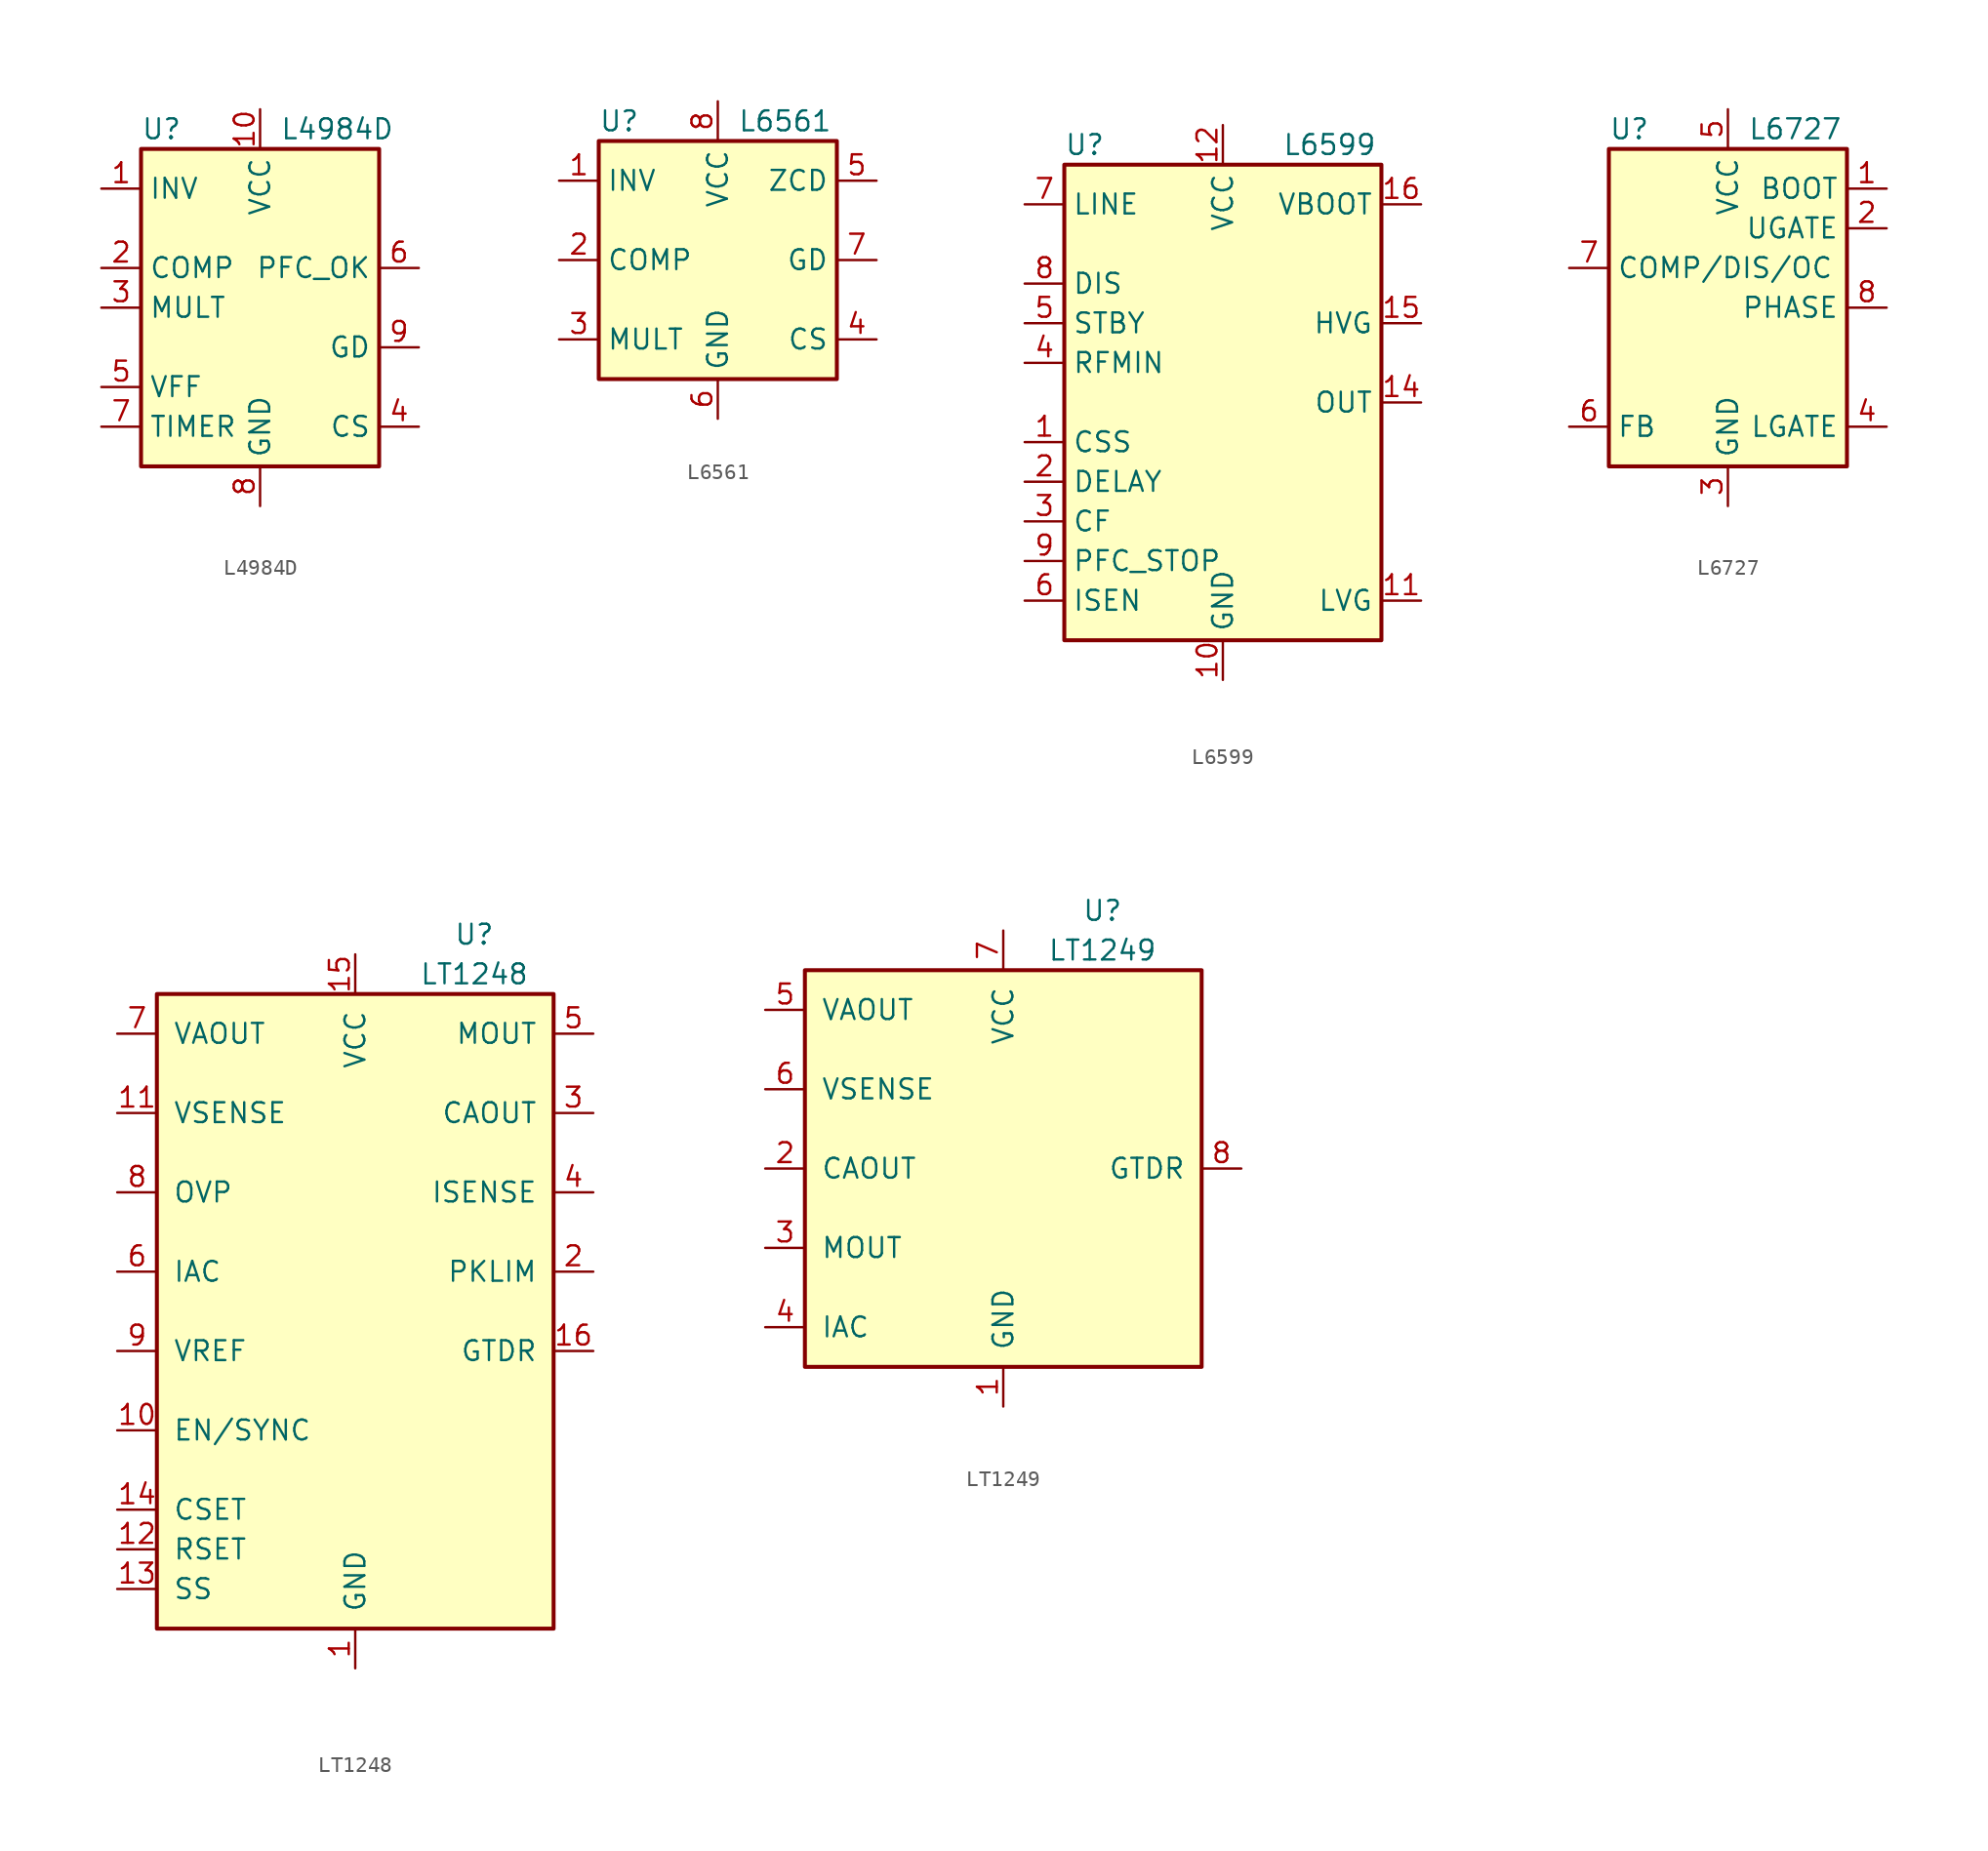
<source format=kicad_sym>
(kicad_symbol_lib
  (version 20201005)
  (generator kicad_symbol_editor)
  (symbol "L4984D"
    (property "Reference" "U"
      (at -7.62 11.43 0)
      (effects (font (size 1.27 1.27)) (justify left)))
    (property "Value" "L4984D"
      (at 1.27 11.43 0)
      (effects (font (size 1.27 1.27)) (justify left)))
    (symbol "L4984D_0_0"
      (rectangle (start -7.62 10.16) (end 7.62 -10.16) (stroke (width 0.254)) (fill (type background))))
    (symbol "L4984D_1_1"
      (pin input line (at -10.16 7.62 0) (length 2.54) (name "INV" (effects (font (size 1.27 1.27)))) (number "1" (effects (font (size 1.27 1.27)))))
      (pin power_in line (at 0 12.7 270) (length 2.54) (name "VCC" (effects (font (size 1.27 1.27)))) (number "10" (effects (font (size 1.27 1.27)))))
      (pin output line (at -10.16 2.54 0) (length 2.54) (name "COMP" (effects (font (size 1.27 1.27)))) (number "2" (effects (font (size 1.27 1.27)))))
      (pin input line (at -10.16 0 0) (length 2.54) (name "MULT" (effects (font (size 1.27 1.27)))) (number "3" (effects (font (size 1.27 1.27)))))
      (pin input line (at 10.16 -7.62 180) (length 2.54) (name "CS" (effects (font (size 1.27 1.27)))) (number "4" (effects (font (size 1.27 1.27)))))
      (pin passive line (at -10.16 -5.08 0) (length 2.54) (name "VFF" (effects (font (size 1.27 1.27)))) (number "5" (effects (font (size 1.27 1.27)))))
      (pin input line (at 10.16 2.54 180) (length 2.54) (name "PFC_OK" (effects (font (size 1.27 1.27)))) (number "6" (effects (font (size 1.27 1.27)))))
      (pin passive line (at -10.16 -7.62 0) (length 2.54) (name "TIMER" (effects (font (size 1.27 1.27)))) (number "7" (effects (font (size 1.27 1.27)))))
      (pin power_in line (at 0 -12.7 90) (length 2.54) (name "GND" (effects (font (size 1.27 1.27)))) (number "8" (effects (font (size 1.27 1.27)))))
      (pin output line (at 10.16 -2.54 180) (length 2.54) (name "GD" (effects (font (size 1.27 1.27)))) (number "9" (effects (font (size 1.27 1.27)))))))
  (symbol "L6561"
    (property "Reference" "U"
      (at -7.62 8.89 0)
      (effects (font (size 1.27 1.27)) (justify left)))
    (property "Value" "L6561"
      (at 1.27 8.89 0)
      (effects (font (size 1.27 1.27)) (justify left)))
    (symbol "L6561_0_0"
      (rectangle (start -7.62 7.62) (end 7.62 -7.62) (stroke (width 0.254)) (fill (type background))))
    (symbol "L6561_1_1"
      (pin input line (at -10.16 5.08 0) (length 2.54) (name "INV" (effects (font (size 1.27 1.27)))) (number "1" (effects (font (size 1.27 1.27)))))
      (pin output line (at -10.16 0 0) (length 2.54) (name "COMP" (effects (font (size 1.27 1.27)))) (number "2" (effects (font (size 1.27 1.27)))))
      (pin input line (at -10.16 -5.08 0) (length 2.54) (name "MULT" (effects (font (size 1.27 1.27)))) (number "3" (effects (font (size 1.27 1.27)))))
      (pin input line (at 10.16 -5.08 180) (length 2.54) (name "CS" (effects (font (size 1.27 1.27)))) (number "4" (effects (font (size 1.27 1.27)))))
      (pin input line (at 10.16 5.08 180) (length 2.54) (name "ZCD" (effects (font (size 1.27 1.27)))) (number "5" (effects (font (size 1.27 1.27)))))
      (pin power_in line (at 0 -10.16 90) (length 2.54) (name "GND" (effects (font (size 1.27 1.27)))) (number "6" (effects (font (size 1.27 1.27)))))
      (pin output line (at 10.16 0 180) (length 2.54) (name "GD" (effects (font (size 1.27 1.27)))) (number "7" (effects (font (size 1.27 1.27)))))
      (pin power_in line (at 0 10.16 270) (length 2.54) (name "VCC" (effects (font (size 1.27 1.27)))) (number "8" (effects (font (size 1.27 1.27)))))))
  (symbol "L6599"
    (property "Reference" "U"
      (at -10.16 16.51 0)
      (effects (font (size 1.27 1.27)) (justify left)))
    (property "Value" "L6599"
      (at 3.81 16.51 0)
      (effects (font (size 1.27 1.27)) (justify left)))
    (symbol "L6599_0_0"
      (rectangle (start -10.16 15.24) (end 10.16 -15.24) (stroke (width 0.254)) (fill (type background))))
    (symbol "L6599_1_1"
      (pin passive line (at -12.7 -2.54 0) (length 2.54) (name "CSS" (effects (font (size 1.27 1.27)))) (number "1" (effects (font (size 1.27 1.27)))))
      (pin power_in line (at 0 -17.78 90) (length 2.54) (name "GND" (effects (font (size 1.27 1.27)))) (number "10" (effects (font (size 1.27 1.27)))))
      (pin output line (at 12.7 -12.7 180) (length 2.54) (name "LVG" (effects (font (size 1.27 1.27)))) (number "11" (effects (font (size 1.27 1.27)))))
      (pin power_in line (at 0 17.78 270) (length 2.54) (name "VCC" (effects (font (size 1.27 1.27)))) (number "12" (effects (font (size 1.27 1.27)))))
      (pin no_connect line (at 10.16 10.16 180) (length 2.54) hide (name "NC" (effects (font (size 1.27 1.27)))) (number "13" (effects (font (size 1.27 1.27)))))
      (pin input line (at 12.7 0 180) (length 2.54) (name "OUT" (effects (font (size 1.27 1.27)))) (number "14" (effects (font (size 1.27 1.27)))))
      (pin output line (at 12.7 5.08 180) (length 2.54) (name "HVG" (effects (font (size 1.27 1.27)))) (number "15" (effects (font (size 1.27 1.27)))))
      (pin input line (at 12.7 12.7 180) (length 2.54) (name "VBOOT" (effects (font (size 1.27 1.27)))) (number "16" (effects (font (size 1.27 1.27)))))
      (pin passive line (at -12.7 -5.08 0) (length 2.54) (name "DELAY" (effects (font (size 1.27 1.27)))) (number "2" (effects (font (size 1.27 1.27)))))
      (pin passive line (at -12.7 -7.62 0) (length 2.54) (name "CF" (effects (font (size 1.27 1.27)))) (number "3" (effects (font (size 1.27 1.27)))))
      (pin passive line (at -12.7 2.54 0) (length 2.54) (name "RFMIN" (effects (font (size 1.27 1.27)))) (number "4" (effects (font (size 1.27 1.27)))))
      (pin input line (at -12.7 5.08 0) (length 2.54) (name "STBY" (effects (font (size 1.27 1.27)))) (number "5" (effects (font (size 1.27 1.27)))))
      (pin input line (at -12.7 -12.7 0) (length 2.54) (name "ISEN" (effects (font (size 1.27 1.27)))) (number "6" (effects (font (size 1.27 1.27)))))
      (pin input line (at -12.7 12.7 0) (length 2.54) (name "LINE" (effects (font (size 1.27 1.27)))) (number "7" (effects (font (size 1.27 1.27)))))
      (pin input line (at -12.7 7.62 0) (length 2.54) (name "DIS" (effects (font (size 1.27 1.27)))) (number "8" (effects (font (size 1.27 1.27)))))
      (pin open_collector line (at -12.7 -10.16 0) (length 2.54) (name "PFC_STOP" (effects (font (size 1.27 1.27)))) (number "9" (effects (font (size 1.27 1.27)))))))
  (symbol "L6727"
    (property "Reference" "U"
      (at -7.62 11.43 0)
      (effects (font (size 1.27 1.27)) (justify left)))
    (property "Value" "L6727"
      (at 1.27 11.43 0)
      (effects (font (size 1.27 1.27)) (justify left)))
    (symbol "L6727_0_0"
      (rectangle (start -7.62 10.16) (end 7.62 -10.16) (stroke (width 0.254)) (fill (type background))))
    (symbol "L6727_1_1"
      (pin input line (at 10.16 7.62 180) (length 2.54) (name "BOOT" (effects (font (size 1.27 1.27)))) (number "1" (effects (font (size 1.27 1.27)))))
      (pin output line (at 10.16 5.08 180) (length 2.54) (name "UGATE" (effects (font (size 1.27 1.27)))) (number "2" (effects (font (size 1.27 1.27)))))
      (pin power_in line (at 0 -12.7 90) (length 2.54) (name "GND" (effects (font (size 1.27 1.27)))) (number "3" (effects (font (size 1.27 1.27)))))
      (pin output line (at 10.16 -7.62 180) (length 2.54) (name "LGATE" (effects (font (size 1.27 1.27)))) (number "4" (effects (font (size 1.27 1.27)))))
      (pin power_in line (at 0 12.7 270) (length 2.54) (name "VCC" (effects (font (size 1.27 1.27)))) (number "5" (effects (font (size 1.27 1.27)))))
      (pin input line (at -10.16 -7.62 0) (length 2.54) (name "FB" (effects (font (size 1.27 1.27)))) (number "6" (effects (font (size 1.27 1.27)))))
      (pin input line (at -10.16 2.54 0) (length 2.54) (name "COMP/DIS/OC" (effects (font (size 1.27 1.27)))) (number "7" (effects (font (size 1.27 1.27)))))
      (pin passive line (at 10.16 0 180) (length 2.54) (name "PHASE" (effects (font (size 1.27 1.27)))) (number "8" (effects (font (size 1.27 1.27)))))))
  (symbol "LT1248"
    (pin_names
      (offset 1.016))
    (property "Reference" "U"
      (at 7.62 24.13 0)
      (effects (font (size 1.27 1.27))))
    (property "Value" "LT1248"
      (at 7.62 21.59 0)
      (effects (font (size 1.27 1.27))))
    (symbol "LT1248_0_1"
      (rectangle (start -12.7 20.32) (end 12.7 -20.32) (stroke (width 0.254)) (fill (type background))))
    (symbol "LT1248_1_1"
      (pin power_in line (at 0 -22.86 90) (length 2.54) (name "GND" (effects (font (size 1.27 1.27)))) (number "1" (effects (font (size 1.27 1.27)))))
      (pin input line (at -15.24 -7.62 0) (length 2.54) (name "EN/SYNC" (effects (font (size 1.27 1.27)))) (number "10" (effects (font (size 1.27 1.27)))))
      (pin input line (at -15.24 12.7 0) (length 2.54) (name "VSENSE" (effects (font (size 1.27 1.27)))) (number "11" (effects (font (size 1.27 1.27)))))
      (pin passive line (at -15.24 -15.24 0) (length 2.54) (name "RSET" (effects (font (size 1.27 1.27)))) (number "12" (effects (font (size 1.27 1.27)))))
      (pin passive line (at -15.24 -17.78 0) (length 2.54) (name "SS" (effects (font (size 1.27 1.27)))) (number "13" (effects (font (size 1.27 1.27)))))
      (pin passive line (at -15.24 -12.7 0) (length 2.54) (name "CSET" (effects (font (size 1.27 1.27)))) (number "14" (effects (font (size 1.27 1.27)))))
      (pin power_in line (at 0 22.86 270) (length 2.54) (name "VCC" (effects (font (size 1.27 1.27)))) (number "15" (effects (font (size 1.27 1.27)))))
      (pin output line (at 15.24 -2.54 180) (length 2.54) (name "GTDR" (effects (font (size 1.27 1.27)))) (number "16" (effects (font (size 1.27 1.27)))))
      (pin input line (at 15.24 2.54 180) (length 2.54) (name "PKLIM" (effects (font (size 1.27 1.27)))) (number "2" (effects (font (size 1.27 1.27)))))
      (pin output line (at 15.24 12.7 180) (length 2.54) (name "CAOUT" (effects (font (size 1.27 1.27)))) (number "3" (effects (font (size 1.27 1.27)))))
      (pin input line (at 15.24 7.62 180) (length 2.54) (name "ISENSE" (effects (font (size 1.27 1.27)))) (number "4" (effects (font (size 1.27 1.27)))))
      (pin input line (at 15.24 17.78 180) (length 2.54) (name "MOUT" (effects (font (size 1.27 1.27)))) (number "5" (effects (font (size 1.27 1.27)))))
      (pin input line (at -15.24 2.54 0) (length 2.54) (name "IAC" (effects (font (size 1.27 1.27)))) (number "6" (effects (font (size 1.27 1.27)))))
      (pin output line (at -15.24 17.78 0) (length 2.54) (name "VAOUT" (effects (font (size 1.27 1.27)))) (number "7" (effects (font (size 1.27 1.27)))))
      (pin input line (at -15.24 7.62 0) (length 2.54) (name "OVP" (effects (font (size 1.27 1.27)))) (number "8" (effects (font (size 1.27 1.27)))))
      (pin power_out line (at -15.24 -2.54 0) (length 2.54) (name "VREF" (effects (font (size 1.27 1.27)))) (number "9" (effects (font (size 1.27 1.27)))))))
  (symbol "LT1249"
    (pin_names
      (offset 1.016))
    (property "Reference" "U"
      (at 6.35 16.51 0)
      (effects (font (size 1.27 1.27))))
    (property "Value" "LT1249"
      (at 6.35 13.97 0)
      (effects (font (size 1.27 1.27))))
    (symbol "LT1249_0_1"
      (rectangle (start -12.7 12.7) (end 12.7 -12.7) (stroke (width 0.254)) (fill (type background))))
    (symbol "LT1249_1_1"
      (pin power_in line (at 0 -15.24 90) (length 2.54) (name "GND" (effects (font (size 1.27 1.27)))) (number "1" (effects (font (size 1.27 1.27)))))
      (pin output line (at -15.24 0 0) (length 2.54) (name "CAOUT" (effects (font (size 1.27 1.27)))) (number "2" (effects (font (size 1.27 1.27)))))
      (pin input line (at -15.24 -5.08 0) (length 2.54) (name "MOUT" (effects (font (size 1.27 1.27)))) (number "3" (effects (font (size 1.27 1.27)))))
      (pin input line (at -15.24 -10.16 0) (length 2.54) (name "IAC" (effects (font (size 1.27 1.27)))) (number "4" (effects (font (size 1.27 1.27)))))
      (pin output line (at -15.24 10.16 0) (length 2.54) (name "VAOUT" (effects (font (size 1.27 1.27)))) (number "5" (effects (font (size 1.27 1.27)))))
      (pin input line (at -15.24 5.08 0) (length 2.54) (name "VSENSE" (effects (font (size 1.27 1.27)))) (number "6" (effects (font (size 1.27 1.27)))))
      (pin power_in line (at 0 15.24 270) (length 2.54) (name "VCC" (effects (font (size 1.27 1.27)))) (number "7" (effects (font (size 1.27 1.27)))))
      (pin output line (at 15.24 0 180) (length 2.54) (name "GTDR" (effects (font (size 1.27 1.27)))) (number "8" (effects (font (size 1.27 1.27))))))))
</source>
